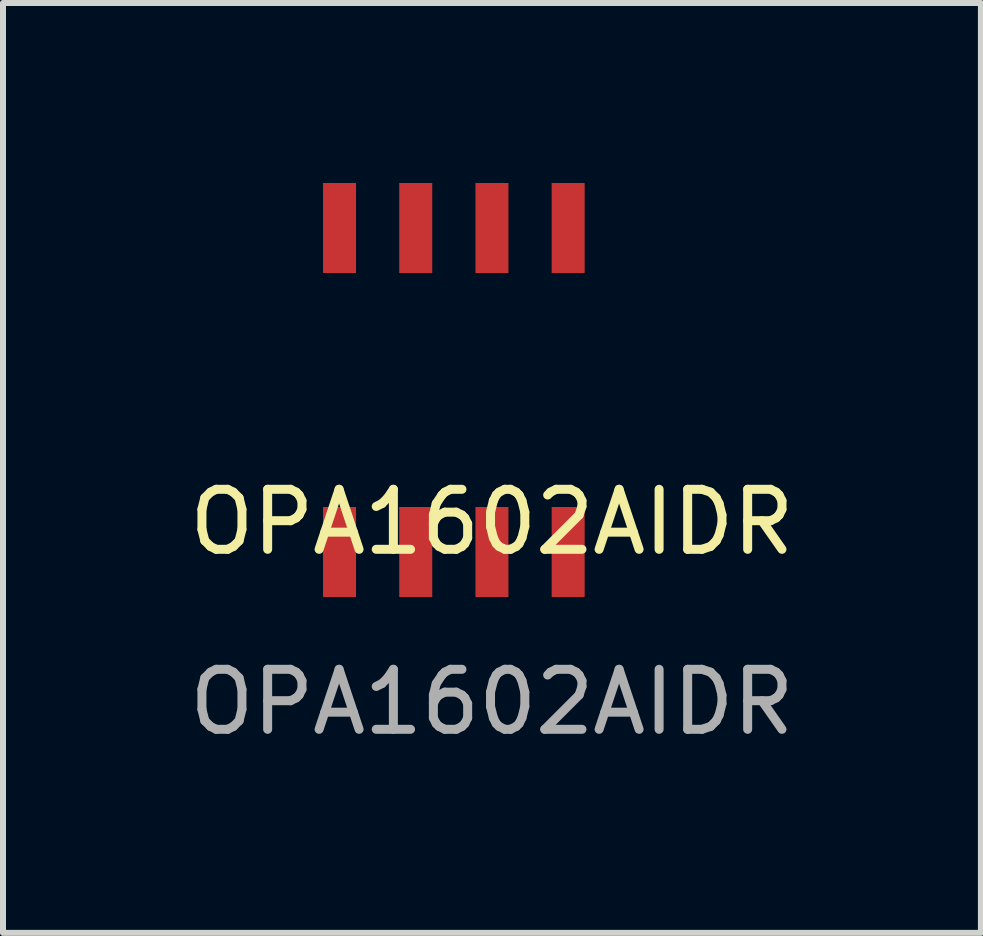
<source format=kicad_pcb>
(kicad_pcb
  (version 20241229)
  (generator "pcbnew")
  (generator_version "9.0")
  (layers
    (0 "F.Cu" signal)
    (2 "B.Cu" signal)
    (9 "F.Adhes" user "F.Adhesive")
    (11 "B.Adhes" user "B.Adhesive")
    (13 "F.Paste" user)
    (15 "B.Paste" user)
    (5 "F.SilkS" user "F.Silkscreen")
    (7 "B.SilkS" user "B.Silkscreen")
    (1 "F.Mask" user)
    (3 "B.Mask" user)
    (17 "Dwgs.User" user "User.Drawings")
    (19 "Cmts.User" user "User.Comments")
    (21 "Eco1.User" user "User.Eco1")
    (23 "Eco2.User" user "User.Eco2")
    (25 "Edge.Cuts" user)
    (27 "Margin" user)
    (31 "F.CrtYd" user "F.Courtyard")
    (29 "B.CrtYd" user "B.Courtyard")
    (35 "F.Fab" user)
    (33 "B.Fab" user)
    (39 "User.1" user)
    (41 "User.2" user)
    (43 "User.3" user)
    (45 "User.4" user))
  (footprint "OPA1602AIDR"
    (layer "F.Cu")
    (at 5.149 6.15)
    (property "Reference" "OPA1602AIDR" (at 0 -0.5 0) (unlocked yes) (layer "F.SilkS") (effects (font (size 1 1) (thickness 0.15))))
    (attr smd)
    (fp_text user "${REFERENCE}" (at 0 2.5 0) (unlocked yes) (layer "F.Fab") (effects (font (size 1 1) (thickness 0.15))))
    (pad "1" smd rect (at -2.54 0) (size 0.55 1.5) (layers "F.Cu" "F.Mask" "F.Paste"))
    (pad "2" smd rect (at -1.27 0) (size 0.55 1.5) (layers "F.Cu" "F.Mask" "F.Paste"))
    (pad "3" smd rect (at 0 0) (size 0.55 1.5) (layers "F.Cu" "F.Mask" "F.Paste"))
    (pad "4" smd rect (at 1.27 0) (size 0.55 1.5) (layers "F.Cu" "F.Mask" "F.Paste"))
    (pad "5" smd rect (at 1.27 -5.4) (size 0.55 1.5) (layers "F.Cu" "F.Mask" "F.Paste"))
    (pad "6" smd rect (at 0 -5.4) (size 0.55 1.5) (layers "F.Cu" "F.Mask" "F.Paste"))
    (pad "7" smd rect (at -1.27 -5.4) (size 0.55 1.5) (layers "F.Cu" "F.Mask" "F.Paste"))
    (pad "8" smd rect (at -2.54 -5.4) (size 0.55 1.5) (layers "F.Cu" "F.Mask" "F.Paste")))
  (gr_rect
    (start -3 -3)
    (end 13.298 12.498)
    (stroke (width 0.1) (type default))
    (fill no)
    (layer "Edge.Cuts")))
</source>
